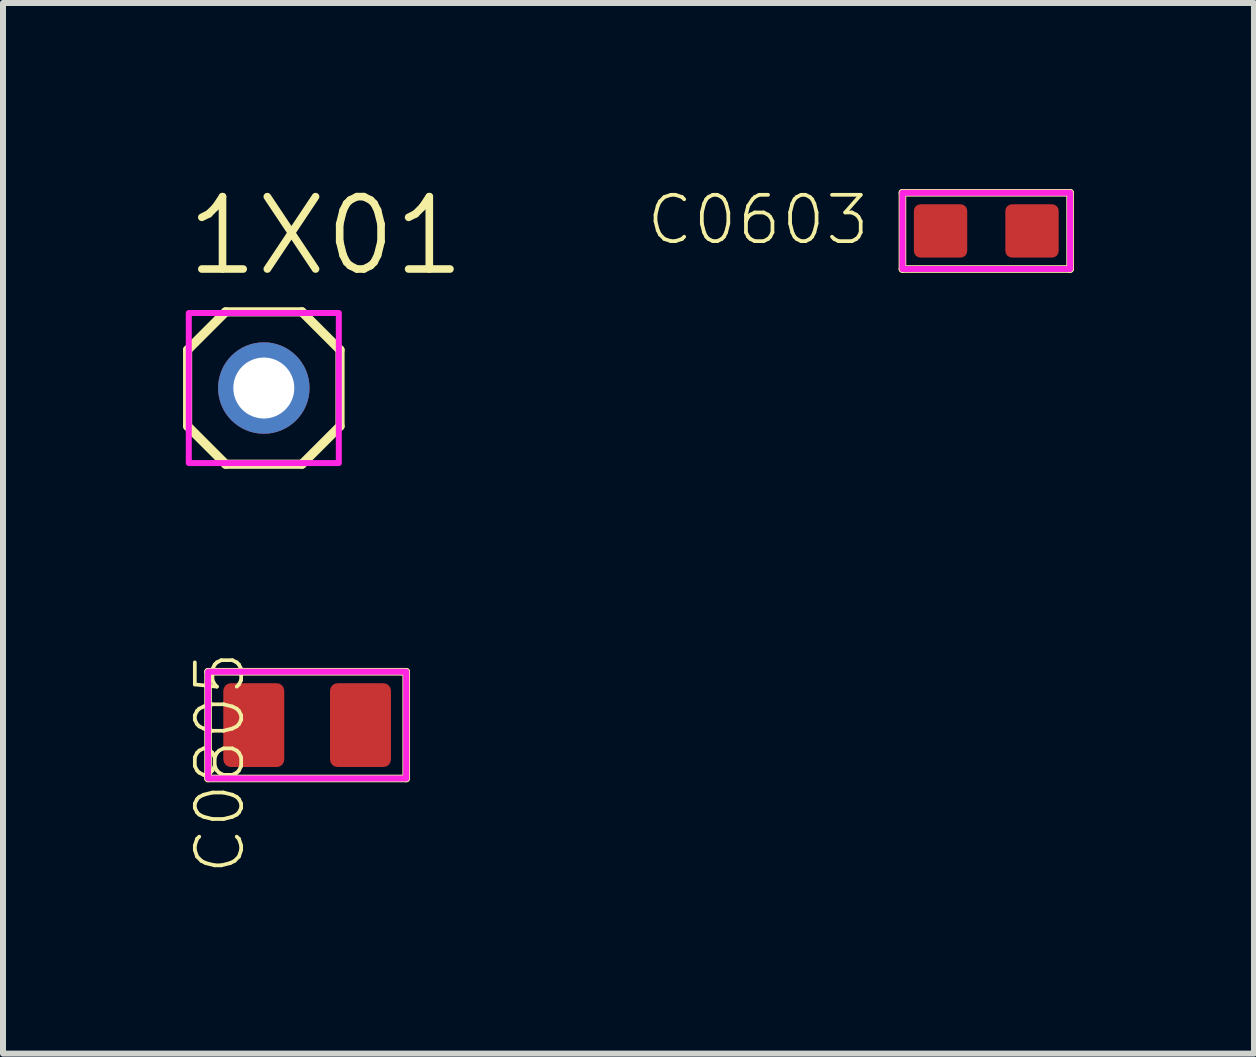
<source format=kicad_pcb>
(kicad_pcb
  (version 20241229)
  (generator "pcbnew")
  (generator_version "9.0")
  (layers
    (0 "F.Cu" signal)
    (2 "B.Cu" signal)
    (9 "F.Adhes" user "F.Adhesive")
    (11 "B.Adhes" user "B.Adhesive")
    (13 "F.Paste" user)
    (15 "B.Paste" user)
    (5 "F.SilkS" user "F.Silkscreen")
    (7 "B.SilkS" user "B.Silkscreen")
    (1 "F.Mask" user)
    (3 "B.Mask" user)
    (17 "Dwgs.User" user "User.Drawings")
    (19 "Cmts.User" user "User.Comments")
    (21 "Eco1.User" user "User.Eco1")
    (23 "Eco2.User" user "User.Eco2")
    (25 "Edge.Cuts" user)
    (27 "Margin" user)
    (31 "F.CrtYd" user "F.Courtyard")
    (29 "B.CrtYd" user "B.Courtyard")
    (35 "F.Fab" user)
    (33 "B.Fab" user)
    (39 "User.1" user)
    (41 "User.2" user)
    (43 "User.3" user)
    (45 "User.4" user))
  (footprint "1X01"
    (layer "F.Cu")
    (at 1.346 3.416)
    (property "Reference" "1X01" (at -1.346 -1.829 0) (layer "F.SilkS") (effects (font (size 1.206 1.206) (thickness 0.127)) (justify left bottom)))
    (attr through_hole)
    (fp_line (start -1.27 -0.635) (end -1.27 0.635) (stroke (width 0.152) (type solid)) (layer "F.SilkS"))
    (fp_line (start -1.27 0.635) (end -0.635 1.27) (stroke (width 0.152) (type solid)) (layer "F.SilkS"))
    (fp_line (start -0.635 -1.27) (end -1.27 -0.635) (stroke (width 0.152) (type solid)) (layer "F.SilkS"))
    (fp_line (start -0.635 -1.27) (end 0.635 -1.27) (stroke (width 0.152) (type solid)) (layer "F.SilkS"))
    (fp_line (start 0.635 -1.27) (end 1.27 -0.635) (stroke (width 0.152) (type solid)) (layer "F.SilkS"))
    (fp_line (start 0.635 1.27) (end -0.635 1.27) (stroke (width 0.152) (type solid)) (layer "F.SilkS"))
    (fp_line (start 1.27 -0.635) (end 1.27 0.635) (stroke (width 0.152) (type solid)) (layer "F.SilkS"))
    (fp_line (start 1.27 0.635) (end 0.635 1.27) (stroke (width 0.152) (type solid)) (layer "F.SilkS"))
    (fp_poly (pts (xy 1.25 1.25) (xy -1.25 1.25) (xy -1.25 -1.25) (xy 1.25 -1.25)) (stroke (width 0.1) (type solid)) (fill no) (layer "F.CrtYd"))
    (fp_poly (pts (xy -0.254 0.254) (xy 0.254 0.254) (xy 0.254 -0.254) (xy -0.254 -0.254)) (stroke (width 0.1) (type solid)) (fill no) (layer "F.Fab"))
    (pad "1" thru_hole circle (at 0 0) (size 1.524 1.524) (drill 1.016) (layers "*.Cu" "*.Mask")))
  (footprint "C0805"
    (layer "F.Cu")
    (at 2.068 9.033)
    (property "Reference" "C0805" (at -1.905 -1.27 90) (layer "F.SilkS") (effects (font (size 0.772 0.772) (thickness 0.062)) (justify right top)))
    (attr smd)
    (fp_line (start -1.651 -0.889) (end 1.651 -0.889) (stroke (width 0.127) (type solid)) (layer "F.SilkS"))
    (fp_line (start -1.651 0.889) (end -1.651 -0.889) (stroke (width 0.127) (type solid)) (layer "F.SilkS"))
    (fp_line (start 1.651 -0.889) (end 1.651 0.889) (stroke (width 0.127) (type solid)) (layer "F.SilkS"))
    (fp_line (start 1.651 0.889) (end -1.651 0.889) (stroke (width 0.127) (type solid)) (layer "F.SilkS"))
    (fp_poly (pts (xy -1.651 0.889) (xy 1.651 0.889) (xy 1.651 -0.889) (xy -1.651 -0.889)) (stroke (width 0.1) (type solid)) (fill no) (layer "F.CrtYd"))
    (pad "1" smd roundrect (at -0.889 0) (size 1.016 1.397) (layers "F.Cu" "F.Mask" "F.Paste") (roundrect_rratio 0.125))
    (pad "2" smd roundrect (at 0.889 0) (size 1.016 1.397) (layers "F.Cu" "F.Mask" "F.Paste") (roundrect_rratio 0.125)))
  (footprint "C0603"
    (layer "F.Cu")
    (at 13.385 0.798)
    (property "Reference" "C0603" (at -1.905 -0.635 0) (layer "F.SilkS") (effects (font (size 0.772 0.772) (thickness 0.062)) (justify right top)))
    (attr smd)
    (fp_line (start -1.397 -0.635) (end 1.397 -0.635) (stroke (width 0.127) (type solid)) (layer "F.SilkS"))
    (fp_line (start -1.397 0.635) (end -1.397 -0.635) (stroke (width 0.127) (type solid)) (layer "F.SilkS"))
    (fp_line (start 1.397 -0.635) (end 1.397 0.635) (stroke (width 0.127) (type solid)) (layer "F.SilkS"))
    (fp_line (start 1.397 0.635) (end -1.397 0.635) (stroke (width 0.127) (type solid)) (layer "F.SilkS"))
    (fp_poly (pts (xy -1.397 0.635) (xy 1.397 0.635) (xy 1.397 -0.635) (xy -1.397 -0.635)) (stroke (width 0.1) (type solid)) (fill no) (layer "F.CrtYd"))
    (pad "1" smd roundrect (at -0.762 0) (size 0.889 0.889) (layers "F.Cu" "F.Mask" "F.Paste") (roundrect_rratio 0.125))
    (pad "2" smd roundrect (at 0.762 0) (size 0.889 0.889) (layers "F.Cu" "F.Mask" "F.Paste") (roundrect_rratio 0.125)))
  (gr_rect
    (start -3 -3)
    (end 17.846 14.507)
    (stroke (width 0.1) (type default))
    (fill no)
    (layer "Edge.Cuts")))
</source>
